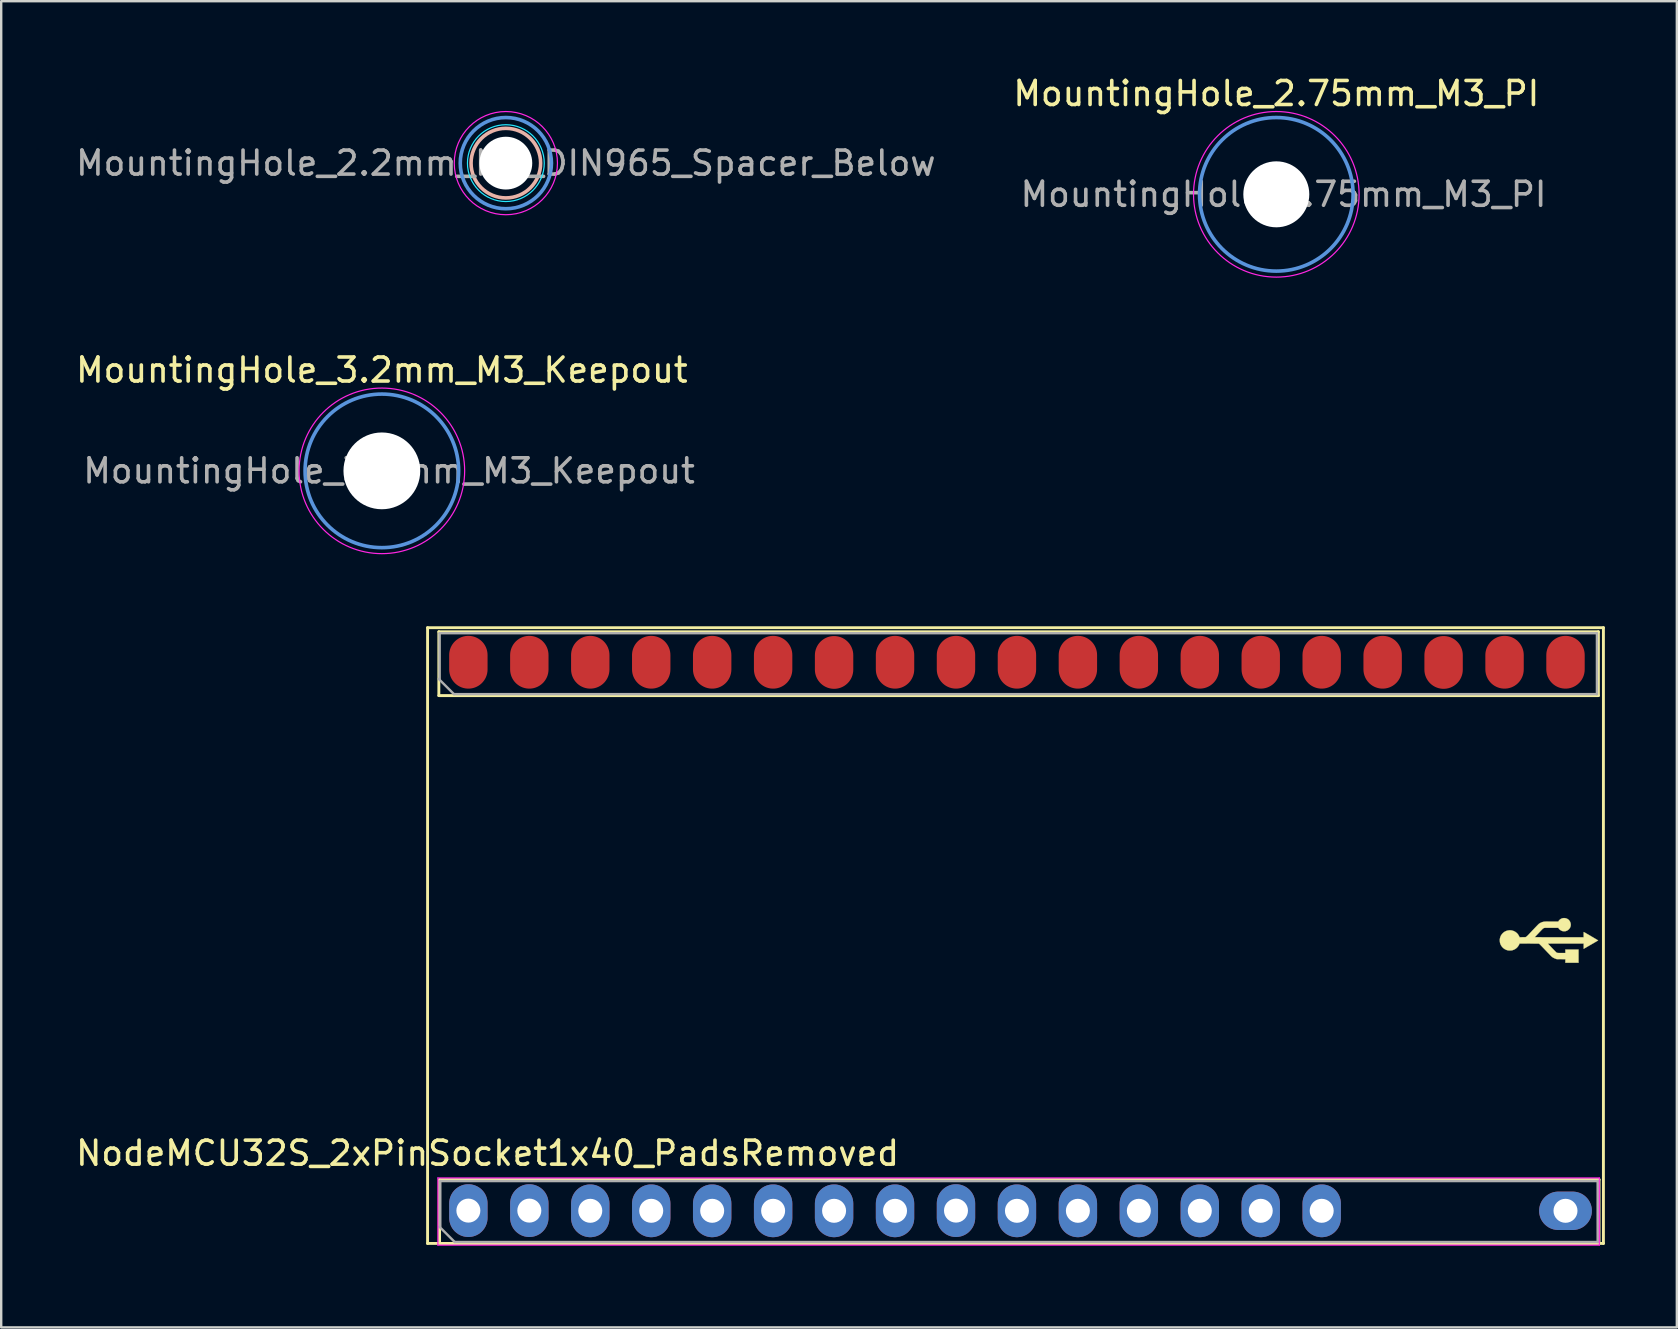
<source format=kicad_pcb>
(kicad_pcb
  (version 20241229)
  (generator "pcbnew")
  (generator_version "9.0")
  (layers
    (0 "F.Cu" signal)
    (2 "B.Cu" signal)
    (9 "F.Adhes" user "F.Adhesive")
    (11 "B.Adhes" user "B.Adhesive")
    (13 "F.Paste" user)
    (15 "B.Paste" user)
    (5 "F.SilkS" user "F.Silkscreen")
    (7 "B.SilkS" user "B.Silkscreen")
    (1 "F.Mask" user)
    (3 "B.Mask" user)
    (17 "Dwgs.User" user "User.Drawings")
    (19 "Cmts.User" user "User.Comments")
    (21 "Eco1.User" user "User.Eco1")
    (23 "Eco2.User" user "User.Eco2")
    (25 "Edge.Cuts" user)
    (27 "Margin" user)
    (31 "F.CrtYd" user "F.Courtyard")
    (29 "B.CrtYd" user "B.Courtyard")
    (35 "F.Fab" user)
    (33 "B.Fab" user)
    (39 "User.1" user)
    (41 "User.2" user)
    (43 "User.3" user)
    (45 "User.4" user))
  (footprint "MountingHole_2.75mm_M3_PI"
    (layer "F.Cu")
    (at 50.137 5.048)
    (property "Reference" "MountingHole_2.75mm_M3_PI" (at 0 -4.2 0) (layer "F.SilkS") (effects (font (size 1 1) (thickness 0.15))))
    (attr exclude_from_pos_files exclude_from_bom)
    (fp_circle (center 0 0) (end 3.2 0) (stroke (width 0.15) (type solid)) (fill no) (layer "Cmts.User"))
    (fp_circle (center 0 0) (end 3.45 0) (stroke (width 0.05) (type solid)) (fill no) (layer "F.CrtYd"))
    (fp_text user "${REFERENCE}" (at 0.3 0 0) (layer "F.Fab") (effects (font (size 1 1) (thickness 0.15))))
    (pad "" np_thru_hole circle (at 0 0) (size 2.75 2.75) (drill 2.75) (layers "*.Cu" "*.Mask")))
  (footprint "MountingHole_3.2mm_M3_Keepout"
    (layer "F.Cu")
    (at 12.863 16.572)
    (property "Reference" "MountingHole_3.2mm_M3_Keepout" (at 0 -4.2 0) (layer "F.SilkS") (effects (font (size 1 1) (thickness 0.15))))
    (attr exclude_from_pos_files exclude_from_bom)
    (fp_circle (center 0 0) (end 3.2 0) (stroke (width 0.15) (type solid)) (fill no) (layer "Cmts.User"))
    (fp_circle (center 0 0) (end 3.45 0) (stroke (width 0.05) (type solid)) (fill no) (layer "F.CrtYd"))
    (fp_text user "${REFERENCE}" (at 0.3 0 0) (layer "F.Fab") (effects (font (size 1 1) (thickness 0.15))))
    (pad "" np_thru_hole circle (at 0 0) (size 3.2 3.2) (drill 3.2) (layers "*.Cu" "*.Mask")))
  (footprint "NodeMCU32S_2xPinSocket1x40_PadsRemoved"
    (layer "F.Cu")
    (at 16.468 47.407)
    (property "Reference" "NodeMCU32S_2xPinSocket1x40_PadsRemoved" (at 0.8 -2.4 180) (layer "F.SilkS") (effects (font (size 1 1) (thickness 0.15))))
    (attr through_hole)
    (fp_line (start -1.7 -24.3) (end 47.3 -24.3) (stroke (width 0.12) (type solid)) (layer "F.SilkS"))
    (fp_line (start -1.7 1.36) (end -1.7 -24.3) (stroke (width 0.12) (type solid)) (layer "F.SilkS"))
    (fp_line (start -1.23 -24.13) (end 47.09 -24.13) (stroke (width 0.12) (type solid)) (layer "F.SilkS"))
    (fp_line (start -1.23 -21.47) (end -1.23 -24.13) (stroke (width 0.12) (type solid)) (layer "F.SilkS"))
    (fp_line (start -1.23 -21.47) (end 47.09 -21.47) (stroke (width 0.12) (type solid)) (layer "F.SilkS"))
    (fp_line (start -1.2 -1.3) (end 47.12 -1.3) (stroke (width 0.12) (type solid)) (layer "F.SilkS"))
    (fp_line (start -1.2 1.36) (end -1.2 -1.3) (stroke (width 0.12) (type solid)) (layer "F.SilkS"))
    (fp_line (start -1.2 1.36) (end 47.12 1.36) (stroke (width 0.12) (type solid)) (layer "F.SilkS"))
    (fp_line (start 47.09 -21.47) (end 47.09 -24.13) (stroke (width 0.12) (type solid)) (layer "F.SilkS"))
    (fp_line (start 47.12 1.36) (end 47.12 -1.3) (stroke (width 0.12) (type solid)) (layer "F.SilkS"))
    (fp_line (start 47.3 -24.3) (end 47.3 1.36) (stroke (width 0.12) (type solid)) (layer "F.SilkS"))
    (fp_line (start 47.3 1.36) (end -1.7 1.36) (stroke (width 0.12) (type solid)) (layer "F.SilkS"))
    (fp_poly (pts (xy 47.076 -11.265) (xy 47.066 -11.259) (xy 47.049 -11.248) (xy 47.026 -11.235) (xy 46.999 -11.219) (xy 46.966 -11.2) (xy 46.93 -11.178) (xy 46.89 -11.155) (xy 46.847 -11.13) (xy 46.802 -11.104) (xy 46.778 -11.091) (xy 46.478 -10.917) (xy 46.477 -11.027) (xy 46.476 -11.137) (xy 45.731 -11.137) (xy 45.652 -11.137) (xy 45.575 -11.137) (xy 45.502 -11.137) (xy 45.431 -11.137) (xy 45.364 -11.137) (xy 45.301 -11.137) (xy 45.243 -11.137) (xy 45.189 -11.137) (xy 45.141 -11.137) (xy 45.098 -11.136) (xy 45.062 -11.136) (xy 45.032 -11.136) (xy 45.009 -11.136) (xy 44.994 -11.136) (xy 44.986 -11.136) (xy 44.986 -11.135) (xy 44.988 -11.132) (xy 44.997 -11.123) (xy 45.009 -11.109) (xy 45.026 -11.091) (xy 45.046 -11.069) (xy 45.069 -11.045) (xy 45.094 -11.019) (xy 45.121 -10.991) (xy 45.148 -10.962) (xy 45.176 -10.933) (xy 45.203 -10.905) (xy 45.23 -10.877) (xy 45.254 -10.852) (xy 45.277 -10.829) (xy 45.297 -10.808) (xy 45.313 -10.792) (xy 45.325 -10.78) (xy 45.332 -10.773) (xy 45.333 -10.772) (xy 45.347 -10.764) (xy 45.364 -10.755) (xy 45.373 -10.752) (xy 45.379 -10.75) (xy 45.386 -10.748) (xy 45.395 -10.747) (xy 45.406 -10.746) (xy 45.42 -10.745) (xy 45.438 -10.744) (xy 45.461 -10.744) (xy 45.49 -10.744) (xy 45.527 -10.744) (xy 45.555 -10.744) (xy 45.714 -10.744) (xy 45.714 -10.888) (xy 46.264 -10.888) (xy 46.264 -10.337) (xy 45.714 -10.337) (xy 45.714 -10.485) (xy 45.535 -10.486) (xy 45.356 -10.488) (xy 45.318 -10.5) (xy 45.277 -10.515) (xy 45.235 -10.534) (xy 45.195 -10.556) (xy 45.161 -10.579) (xy 45.161 -10.579) (xy 45.15 -10.589) (xy 45.133 -10.604) (xy 45.111 -10.626) (xy 45.083 -10.654) (xy 45.05 -10.688) (xy 45.011 -10.729) (xy 44.966 -10.775) (xy 44.916 -10.828) (xy 44.885 -10.861) (xy 44.84 -10.908) (xy 44.8 -10.95) (xy 44.765 -10.986) (xy 44.736 -11.017) (xy 44.71 -11.043) (xy 44.688 -11.065) (xy 44.671 -11.083) (xy 44.656 -11.098) (xy 44.644 -11.109) (xy 44.635 -11.117) (xy 44.628 -11.122) (xy 44.623 -11.125) (xy 44.623 -11.125) (xy 44.603 -11.135) (xy 43.804 -11.138) (xy 43.801 -11.129) (xy 43.799 -11.121) (xy 43.793 -11.108) (xy 43.786 -11.092) (xy 43.783 -11.086) (xy 43.753 -11.034) (xy 43.717 -10.987) (xy 43.675 -10.946) (xy 43.628 -10.911) (xy 43.575 -10.883) (xy 43.519 -10.862) (xy 43.501 -10.857) (xy 43.469 -10.851) (xy 43.433 -10.848) (xy 43.394 -10.847) (xy 43.357 -10.849) (xy 43.322 -10.853) (xy 43.301 -10.857) (xy 43.242 -10.877) (xy 43.188 -10.904) (xy 43.139 -10.937) (xy 43.096 -10.977) (xy 43.063 -11.016) (xy 43.031 -11.065) (xy 43.007 -11.116) (xy 42.991 -11.17) (xy 42.983 -11.227) (xy 42.981 -11.254) (xy 42.981 -11.276) (xy 42.981 -11.295) (xy 42.981 -11.31) (xy 42.981 -11.319) (xy 42.982 -11.319) (xy 42.991 -11.363) (xy 43.001 -11.4) (xy 43.012 -11.432) (xy 43.026 -11.463) (xy 43.038 -11.484) (xy 43.072 -11.532) (xy 43.111 -11.574) (xy 43.154 -11.611) (xy 43.202 -11.641) (xy 43.254 -11.664) (xy 43.307 -11.68) (xy 43.363 -11.689) (xy 43.42 -11.691) (xy 43.477 -11.685) (xy 43.527 -11.672) (xy 43.578 -11.652) (xy 43.627 -11.626) (xy 43.672 -11.593) (xy 43.711 -11.557) (xy 43.731 -11.534) (xy 43.744 -11.517) (xy 43.757 -11.495) (xy 43.771 -11.472) (xy 43.784 -11.449) (xy 43.794 -11.429) (xy 43.8 -11.413) (xy 43.801 -11.409) (xy 43.804 -11.399) (xy 43.926 -11.401) (xy 44.048 -11.402) (xy 44.077 -11.416) (xy 44.082 -11.419) (xy 44.087 -11.422) (xy 44.093 -11.426) (xy 44.1 -11.432) (xy 44.108 -11.439) (xy 44.118 -11.448) (xy 44.13 -11.46) (xy 44.145 -11.474) (xy 44.163 -11.492) (xy 44.184 -11.514) (xy 44.209 -11.54) (xy 44.238 -11.571) (xy 44.271 -11.606) (xy 44.31 -11.647) (xy 44.352 -11.692) (xy 44.397 -11.739) (xy 44.436 -11.78) (xy 44.47 -11.816) (xy 44.499 -11.846) (xy 44.525 -11.873) (xy 44.546 -11.895) (xy 44.565 -11.914) (xy 44.58 -11.929) (xy 44.593 -11.941) (xy 44.604 -11.952) (xy 44.613 -11.96) (xy 44.621 -11.966) (xy 44.628 -11.971) (xy 44.635 -11.976) (xy 44.691 -12.007) (xy 44.751 -12.031) (xy 44.814 -12.047) (xy 44.843 -12.052) (xy 44.855 -12.053) (xy 44.874 -12.053) (xy 44.902 -12.054) (xy 44.936 -12.055) (xy 44.977 -12.055) (xy 45.024 -12.056) (xy 45.077 -12.056) (xy 45.136 -12.056) (xy 45.149 -12.056) (xy 45.421 -12.056) (xy 45.432 -12.076) (xy 45.445 -12.094) (xy 45.463 -12.114) (xy 45.484 -12.134) (xy 45.505 -12.151) (xy 45.52 -12.161) (xy 45.563 -12.182) (xy 45.608 -12.195) (xy 45.654 -12.2) (xy 45.701 -12.197) (xy 45.747 -12.187) (xy 45.789 -12.17) (xy 45.829 -12.146) (xy 45.863 -12.116) (xy 45.891 -12.08) (xy 45.914 -12.041) (xy 45.929 -11.999) (xy 45.938 -11.955) (xy 45.94 -11.909) (xy 45.934 -11.864) (xy 45.924 -11.829) (xy 45.904 -11.788) (xy 45.878 -11.75) (xy 45.846 -11.717) (xy 45.809 -11.689) (xy 45.768 -11.668) (xy 45.731 -11.655) (xy 45.704 -11.651) (xy 45.672 -11.649) (xy 45.64 -11.65) (xy 45.61 -11.653) (xy 45.595 -11.656) (xy 45.561 -11.668) (xy 45.527 -11.685) (xy 45.495 -11.707) (xy 45.466 -11.731) (xy 45.443 -11.757) (xy 45.43 -11.776) (xy 45.42 -11.794) (xy 45.137 -11.794) (xy 45.081 -11.794) (xy 45.033 -11.794) (xy 44.992 -11.793) (xy 44.958 -11.793) (xy 44.929 -11.793) (xy 44.906 -11.793) (xy 44.887 -11.792) (xy 44.872 -11.792) (xy 44.86 -11.791) (xy 44.851 -11.79) (xy 44.844 -11.789) (xy 44.837 -11.788) (xy 44.832 -11.786) (xy 44.828 -11.785) (xy 44.81 -11.777) (xy 44.791 -11.768) (xy 44.781 -11.76) (xy 44.775 -11.755) (xy 44.765 -11.745) (xy 44.75 -11.73) (xy 44.731 -11.711) (xy 44.71 -11.689) (xy 44.686 -11.664) (xy 44.66 -11.637) (xy 44.633 -11.609) (xy 44.606 -11.58) (xy 44.579 -11.551) (xy 44.552 -11.523) (xy 44.527 -11.497) (xy 44.504 -11.472) (xy 44.483 -11.45) (xy 44.466 -11.431) (xy 44.452 -11.417) (xy 44.443 -11.407) (xy 44.44 -11.402) (xy 44.44 -11.402) (xy 44.444 -11.402) (xy 44.456 -11.401) (xy 44.476 -11.401) (xy 44.503 -11.401) (xy 44.538 -11.401) (xy 44.579 -11.401) (xy 44.626 -11.401) (xy 44.679 -11.401) (xy 44.738 -11.4) (xy 44.802 -11.4) (xy 44.871 -11.4) (xy 44.944 -11.4) (xy 45.021 -11.4) (xy 45.102 -11.4) (xy 45.186 -11.4) (xy 45.274 -11.4) (xy 45.364 -11.4) (xy 45.456 -11.4) (xy 46.476 -11.4) (xy 46.476 -11.51) (xy 46.476 -11.54) (xy 46.476 -11.566) (xy 46.477 -11.588) (xy 46.478 -11.605) (xy 46.478 -11.616) (xy 46.479 -11.619) (xy 46.485 -11.616) (xy 46.498 -11.609) (xy 46.516 -11.599) (xy 46.54 -11.586) (xy 46.567 -11.57) (xy 46.599 -11.551) (xy 46.634 -11.531) (xy 46.671 -11.51) (xy 46.71 -11.487) (xy 46.75 -11.464) (xy 46.79 -11.44) (xy 46.831 -11.416) (xy 46.87 -11.393) (xy 46.908 -11.371) (xy 46.944 -11.349) (xy 46.977 -11.33) (xy 47.007 -11.312) (xy 47.033 -11.297) (xy 47.053 -11.285) (xy 47.068 -11.275) (xy 47.078 -11.27) (xy 47.08 -11.268) (xy 47.076 -11.265)) (stroke (width 0.01) (type solid)) (fill yes) (layer "F.SilkS"))
    (fp_line (start -2.4 -24.3) (end 5.8 -24.3) (stroke (width 0.12) (type solid)) (layer "Eco2.User"))
    (fp_line (start -2.4 1.8) (end -2.4 -24.3) (stroke (width 0.12) (type solid)) (layer "Eco2.User"))
    (fp_line (start 5.8 -24.3) (end 5.8 1.8) (stroke (width 0.12) (type solid)) (layer "Eco2.User"))
    (fp_line (start 5.8 1.8) (end -2.4 1.8) (stroke (width 0.12) (type solid)) (layer "Eco2.User"))
    (fp_line (start -1.27 -1.37) (end -1.27 1.43) (stroke (width 0.05) (type solid)) (layer "F.CrtYd"))
    (fp_line (start -1.27 1.43) (end 47.13 1.43) (stroke (width 0.05) (type solid)) (layer "F.CrtYd"))
    (fp_line (start 47.13 -1.37) (end -1.27 -1.37) (stroke (width 0.05) (type solid)) (layer "F.CrtYd"))
    (fp_line (start 47.13 1.43) (end 47.13 -1.37) (stroke (width 0.05) (type solid)) (layer "F.CrtYd"))
    (fp_line (start -1.2 -24.07) (end 47.03 -24.07) (stroke (width 0.1) (type solid)) (layer "F.Fab"))
    (fp_line (start -1.2 -22.165) (end -1.2 -24.07) (stroke (width 0.1) (type solid)) (layer "F.Fab"))
    (fp_line (start -1.17 -1.24) (end 47.06 -1.24) (stroke (width 0.1) (type solid)) (layer "F.Fab"))
    (fp_line (start -1.17 0.665) (end -1.17 -1.24) (stroke (width 0.1) (type solid)) (layer "F.Fab"))
    (fp_line (start -0.6 -21.53) (end -1.235 -22.165) (stroke (width 0.1) (type solid)) (layer "F.Fab"))
    (fp_line (start -0.57 1.3) (end -1.205 0.665) (stroke (width 0.1) (type solid)) (layer "F.Fab"))
    (fp_line (start 47.03 -24.07) (end 47.03 -21.53) (stroke (width 0.1) (type solid)) (layer "F.Fab"))
    (fp_line (start 47.03 -21.53) (end -0.6 -21.53) (stroke (width 0.1) (type solid)) (layer "F.Fab"))
    (fp_line (start 47.06 -1.24) (end 47.06 1.3) (stroke (width 0.1) (type solid)) (layer "F.Fab"))
    (fp_line (start 47.06 1.3) (end -0.57 1.3) (stroke (width 0.1) (type solid)) (layer "F.Fab"))
    (fp_text user "Antenna" (at 0.3 -11.5 90) (layer "Eco2.User") (effects (font (size 2 2) (thickness 0.3))))
    (pad "" smd oval (at 38.1 0) (size 1.6 2.2) (layers "Eco2.User"))
    (pad "" smd oval (at 40.64 0) (size 1.6 2.2) (layers "Eco2.User"))
    (pad "" smd oval (at 43.18 -0.008) (size 1.6 2.2) (layers "Eco2.User"))
    (pad "0" smd oval (at 33.02 -22.86 180) (size 1.6 2.2) (layers "F.Cu" "F.Mask" "F.Paste"))
    (pad "1" smd oval (at 7.62 -22.86 180) (size 1.6 2.2) (layers "F.Cu" "F.Mask" "F.Paste"))
    (pad "2" smd oval (at 35.56 -22.86 180) (size 1.6 2.2) (layers "F.Cu" "F.Mask" "F.Paste"))
    (pad "3" smd oval (at 10.16 -22.86 180) (size 1.6 2.2) (layers "F.Cu" "F.Mask" "F.Paste"))
    (pad "4" smd oval (at 30.48 -22.86 180) (size 1.6 2.2) (layers "F.Cu" "F.Mask" "F.Paste"))
    (pad "5" smd oval (at 22.86 -22.86 180) (size 1.6 2.2) (layers "F.Cu" "F.Mask" "F.Paste"))
    (pad "6" smd oval (at 45.72 -22.86 180) (size 1.6 2.2) (layers "F.Cu" "F.Mask" "F.Paste"))
    (pad "7" smd oval (at 43.18 -22.86 180) (size 1.6 2.2) (layers "F.Cu" "F.Mask" "F.Paste"))
    (pad "8" smd oval (at 40.64 -22.852 180) (size 1.6 2.2) (layers "F.Cu" "F.Mask" "F.Paste"))
    (pad "12" thru_hole oval (at 30.48 0) (size 1.6 2.2) (drill 1) (layers "*.Cu" "*.Mask"))
    (pad "13" thru_hole oval (at 35.56 0) (size 1.6 2.2) (drill 1) (layers "*.Cu" "*.Mask"))
    (pad "14" thru_hole oval (at 27.94 0) (size 1.6 2.2) (drill 1) (layers "*.Cu" "*.Mask"))
    (pad "15" smd oval (at 38.1 -22.86 180) (size 1.6 2.2) (layers "F.Cu" "F.Mask" "F.Paste"))
    (pad "16" smd oval (at 27.94 -22.86 180) (size 1.6 2.2) (layers "F.Cu" "F.Mask" "F.Paste"))
    (pad "17" smd oval (at 25.4 -22.86 180) (size 1.6 2.2) (layers "F.Cu" "F.Mask" "F.Paste"))
    (pad "18" smd oval (at 20.32 -22.86 180) (size 1.6 2.2) (layers "F.Cu" "F.Mask" "F.Paste"))
    (pad "19" smd oval (at 17.78 -22.86 180) (size 1.6 2.2) (layers "F.Cu" "F.Mask" "F.Paste"))
    (pad "21" smd oval (at 12.7 -22.86 180) (size 1.6 2.2) (layers "F.Cu" "F.Mask" "F.Paste"))
    (pad "22" smd oval (at 5.08 -22.86 180) (size 1.6 2.2) (layers "F.Cu" "F.Mask" "F.Paste"))
    (pad "23" smd oval (at 2.54 -22.86 180) (size 1.6 2.2) (layers "F.Cu" "F.Mask" "F.Paste"))
    (pad "25" thru_hole oval (at 20.32 -0.008) (size 1.6 2.2) (drill 1) (layers "*.Cu" "*.Mask"))
    (pad "26" thru_hole oval (at 22.86 0) (size 1.6 2.2) (drill 1) (layers "*.Cu" "*.Mask"))
    (pad "27" thru_hole oval (at 25.4 0) (size 1.6 2.2) (drill 1) (layers "*.Cu" "*.Mask"))
    (pad "32" thru_hole oval (at 15.24 0) (size 1.6 2.2) (drill 1) (layers "*.Cu" "*.Mask"))
    (pad "33" thru_hole oval (at 17.78 0) (size 1.6 2.2) (drill 1) (layers "*.Cu" "*.Mask"))
    (pad "34" thru_hole oval (at 10.16 0) (size 1.6 2.2) (drill 1) (layers "*.Cu" "*.Mask"))
    (pad "35" thru_hole oval (at 12.7 0) (size 1.6 2.2) (drill 1) (layers "*.Cu" "*.Mask"))
    (pad "36" thru_hole oval (at 5.08 0) (size 1.6 2.2) (drill 1) (layers "*.Cu" "*.Mask"))
    (pad "39" thru_hole oval (at 7.62 0) (size 1.6 2.2) (drill 1) (layers "*.Cu" "*.Mask"))
    (pad "110" thru_hole oval (at 45.72 0 90) (size 1.6 2.2) (drill 1) (layers "*.Cu" "*.Mask"))
    (pad "120" thru_hole oval (at 33.02 0) (size 1.6 2.2) (drill 1) (layers "*.Cu" "*.Mask"))
    (pad "210" smd oval (at 15.24 -22.852 180) (size 1.6 2.2) (layers "F.Cu" "F.Mask" "F.Paste"))
    (pad "230" smd oval (at 0 -22.86 180) (size 1.6 2.2) (layers "F.Cu" "F.Mask" "F.Paste"))
    (pad "360" thru_hole oval (at 2.54 -0.008) (size 1.6 2.2) (drill 1) (layers "*.Cu" "*.Mask"))
    (pad "361" thru_hole oval (at 0 -0.008) (size 1.6 2.2) (drill 1) (layers "*.Cu" "*.Mask")))
  (footprint "MountingHole_2.2mm_M2_DIN965_Spacer_Below"
    (layer "F.Cu")
    (at 18.03 3.748)
    (property "Reference" "MountingHole_2.2mm_M2_DIN965_Spacer_Below" (at 0 -2.9 0) (layer "Eco2.User") (effects (font (size 1 1) (thickness 0.15))))
    (attr exclude_from_pos_files exclude_from_bom)
    (fp_circle (center 0 0) (end 1.45 0) (stroke (width 0.15) (type solid)) (fill no) (layer "B.SilkS"))
    (fp_circle (center 0 0) (end 1.9 0) (stroke (width 0.15) (type solid)) (fill no) (layer "Cmts.User"))
    (fp_circle (center 0 0) (end 1.6 0) (stroke (width 0.05) (type solid)) (fill no) (layer "B.CrtYd"))
    (fp_circle (center 0 0) (end 2.15 0) (stroke (width 0.05) (type solid)) (fill no) (layer "F.CrtYd"))
    (fp_text user "${REFERENCE}" (at 0 0 0) (layer "F.Fab") (effects (font (size 1 1) (thickness 0.15))))
    (pad "" np_thru_hole circle (at 0 0) (size 2.2 2.2) (drill 2.2) (layers "*.Cu" "*.Mask")))
  (gr_rect
    (start -3 -3)
    (end 66.828 52.267)
    (stroke (width 0.1) (type default))
    (fill no)
    (layer "Edge.Cuts")))
</source>
